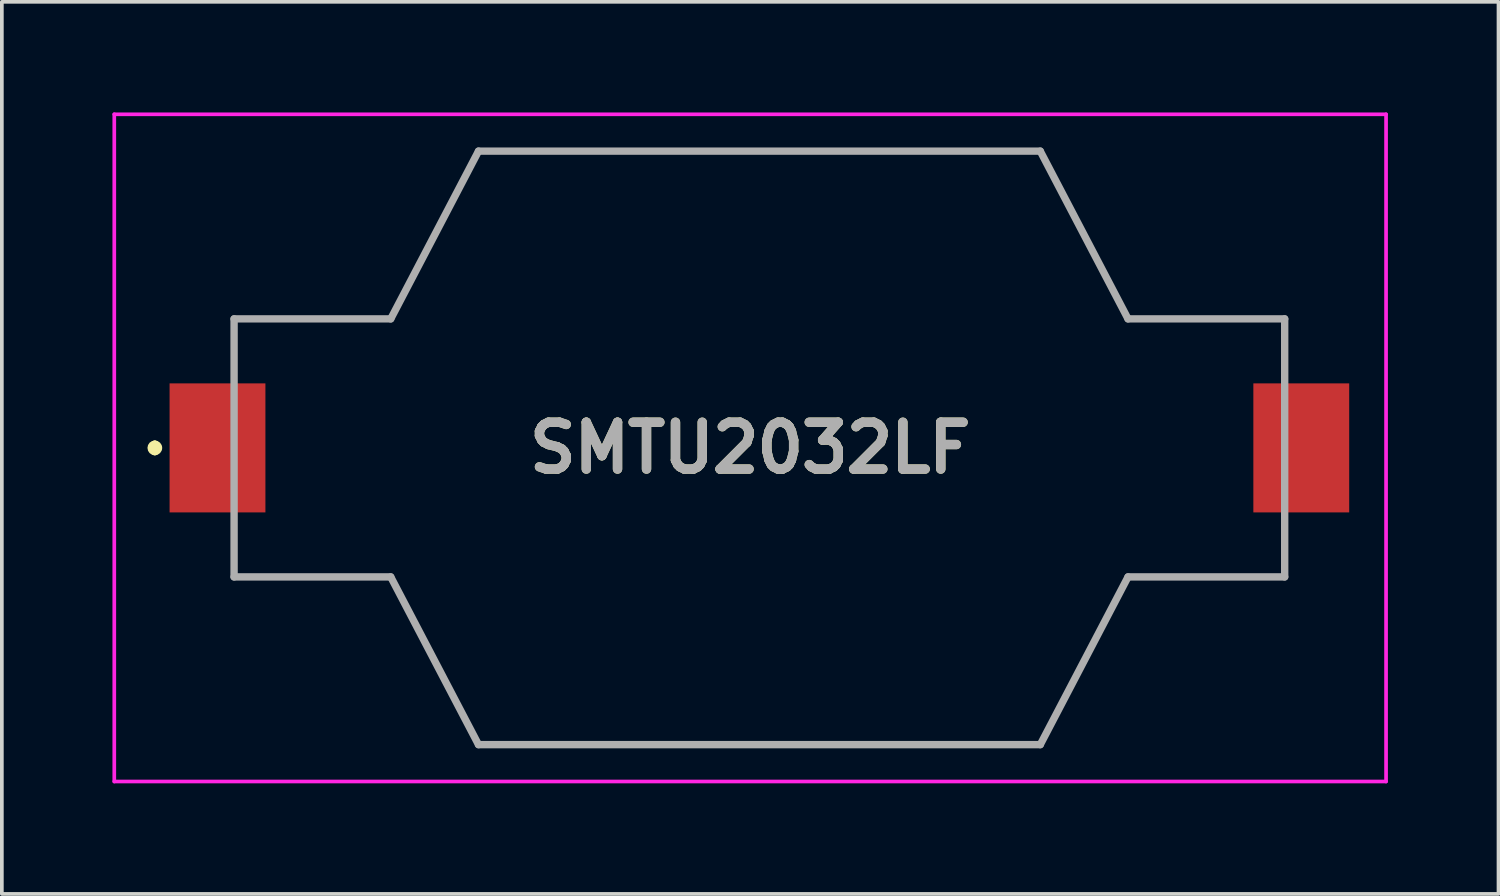
<source format=kicad_pcb>
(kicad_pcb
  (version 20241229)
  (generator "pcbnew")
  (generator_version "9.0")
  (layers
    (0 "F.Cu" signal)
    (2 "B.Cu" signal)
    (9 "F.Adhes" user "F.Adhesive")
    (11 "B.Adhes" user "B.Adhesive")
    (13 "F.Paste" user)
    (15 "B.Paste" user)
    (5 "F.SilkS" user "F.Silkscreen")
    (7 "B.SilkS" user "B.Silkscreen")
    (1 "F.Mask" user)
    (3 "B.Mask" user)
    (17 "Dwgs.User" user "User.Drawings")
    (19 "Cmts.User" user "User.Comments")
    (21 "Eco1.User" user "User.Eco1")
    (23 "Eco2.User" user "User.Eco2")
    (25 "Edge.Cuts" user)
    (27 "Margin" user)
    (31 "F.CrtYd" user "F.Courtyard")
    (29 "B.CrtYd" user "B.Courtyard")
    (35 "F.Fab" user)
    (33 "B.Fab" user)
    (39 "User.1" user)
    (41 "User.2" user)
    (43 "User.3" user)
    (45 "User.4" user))
  (footprint "SMTU2032LF"
    (layer "F.Cu")
    (at 17.55 9.1)
    (property "Reference" "SMTU2032LF" (at -0.25 0 0) (layer "F.SilkS") (effects (font (size 1.27 1.27) (thickness 0.254))))
    (attr smd)
    (fp_line (start -16.4 -0.1) (end -16.4 -0.1) (stroke (width 0.2) (type solid)) (layer "F.SilkS"))
    (fp_line (start -16.4 0.1) (end -16.4 0.1) (stroke (width 0.2) (type solid)) (layer "F.SilkS"))
    (fp_line (start -14.25 -3.5) (end -10 -3.5) (stroke (width 0.1) (type solid)) (layer "F.SilkS"))
    (fp_line (start -14.25 3.5) (end -10 3.5) (stroke (width 0.1) (type solid)) (layer "F.SilkS"))
    (fp_line (start -10 -3.5) (end -7.62 -8.05) (stroke (width 0.1) (type solid)) (layer "F.SilkS"))
    (fp_line (start -10 3.5) (end -7.62 8.05) (stroke (width 0.1) (type solid)) (layer "F.SilkS"))
    (fp_line (start -7.62 -8.05) (end 7.62 -8.05) (stroke (width 0.1) (type solid)) (layer "F.SilkS"))
    (fp_line (start -7.62 8.05) (end 7.62 8.05) (stroke (width 0.1) (type solid)) (layer "F.SilkS"))
    (fp_line (start 7.62 -8.05) (end 10 -3.5) (stroke (width 0.1) (type solid)) (layer "F.SilkS"))
    (fp_line (start 7.62 8.05) (end 10 3.5) (stroke (width 0.1) (type solid)) (layer "F.SilkS"))
    (fp_line (start 10 -3.5) (end 14.25 -3.5) (stroke (width 0.1) (type solid)) (layer "F.SilkS"))
    (fp_line (start 10 3.5) (end 14.25 3.5) (stroke (width 0.1) (type solid)) (layer "F.SilkS"))
    (fp_arc (start -16.4 -0.1) (mid -16.3 0) (end -16.4 0.1) (stroke (width 0.2) (type solid)) (layer "F.SilkS"))
    (fp_arc (start -16.4 0.1) (mid -16.5 0) (end -16.4 -0.1) (stroke (width 0.2) (type solid)) (layer "F.SilkS"))
    (fp_line (start -17.5 -9.05) (end 17 -9.05) (stroke (width 0.1) (type solid)) (layer "F.CrtYd"))
    (fp_line (start -17.5 9.05) (end -17.5 -9.05) (stroke (width 0.1) (type solid)) (layer "F.CrtYd"))
    (fp_line (start 17 -9.05) (end 17 9.05) (stroke (width 0.1) (type solid)) (layer "F.CrtYd"))
    (fp_line (start 17 9.05) (end -17.5 9.05) (stroke (width 0.1) (type solid)) (layer "F.CrtYd"))
    (fp_line (start -14.25 -3.5) (end -14.25 3.5) (stroke (width 0.2) (type solid)) (layer "F.Fab"))
    (fp_line (start -14.25 -3.5) (end -10 -3.5) (stroke (width 0.2) (type solid)) (layer "F.Fab"))
    (fp_line (start -14.25 3.5) (end -10 3.5) (stroke (width 0.2) (type solid)) (layer "F.Fab"))
    (fp_line (start -10 3.5) (end -7.62 8.05) (stroke (width 0.2) (type solid)) (layer "F.Fab"))
    (fp_line (start -7.62 -8.05) (end -10 -3.5) (stroke (width 0.2) (type solid)) (layer "F.Fab"))
    (fp_line (start -7.62 -8.05) (end 7.62 -8.05) (stroke (width 0.2) (type solid)) (layer "F.Fab"))
    (fp_line (start -7.62 8.05) (end 7.62 8.05) (stroke (width 0.2) (type solid)) (layer "F.Fab"))
    (fp_line (start 7.62 8.05) (end 10 3.5) (stroke (width 0.2) (type solid)) (layer "F.Fab"))
    (fp_line (start 10 -3.5) (end 7.62 -8.05) (stroke (width 0.2) (type solid)) (layer "F.Fab"))
    (fp_line (start 14.25 -3.5) (end 10 -3.5) (stroke (width 0.2) (type solid)) (layer "F.Fab"))
    (fp_line (start 14.25 -3.5) (end 14.25 3.5) (stroke (width 0.2) (type solid)) (layer "F.Fab"))
    (fp_line (start 14.25 3.5) (end 10 3.5) (stroke (width 0.2) (type solid)) (layer "F.Fab"))
    (fp_text user "${REFERENCE}" (at -0.25 0 0) (layer "F.Fab") (effects (font (size 1.27 1.27) (thickness 0.254))))
    (pad "1" smd rect (at -14.7 0) (size 2.6 3.5) (layers "F.Cu" "F.Mask" "F.Paste"))
    (pad "2" smd rect (at 14.7 0) (size 2.6 3.5) (layers "F.Cu" "F.Mask" "F.Paste")))
  (gr_rect
    (start -3 -3)
    (end 37.6 21.2)
    (stroke (width 0.1) (type default))
    (fill no)
    (layer "Edge.Cuts")))
</source>
